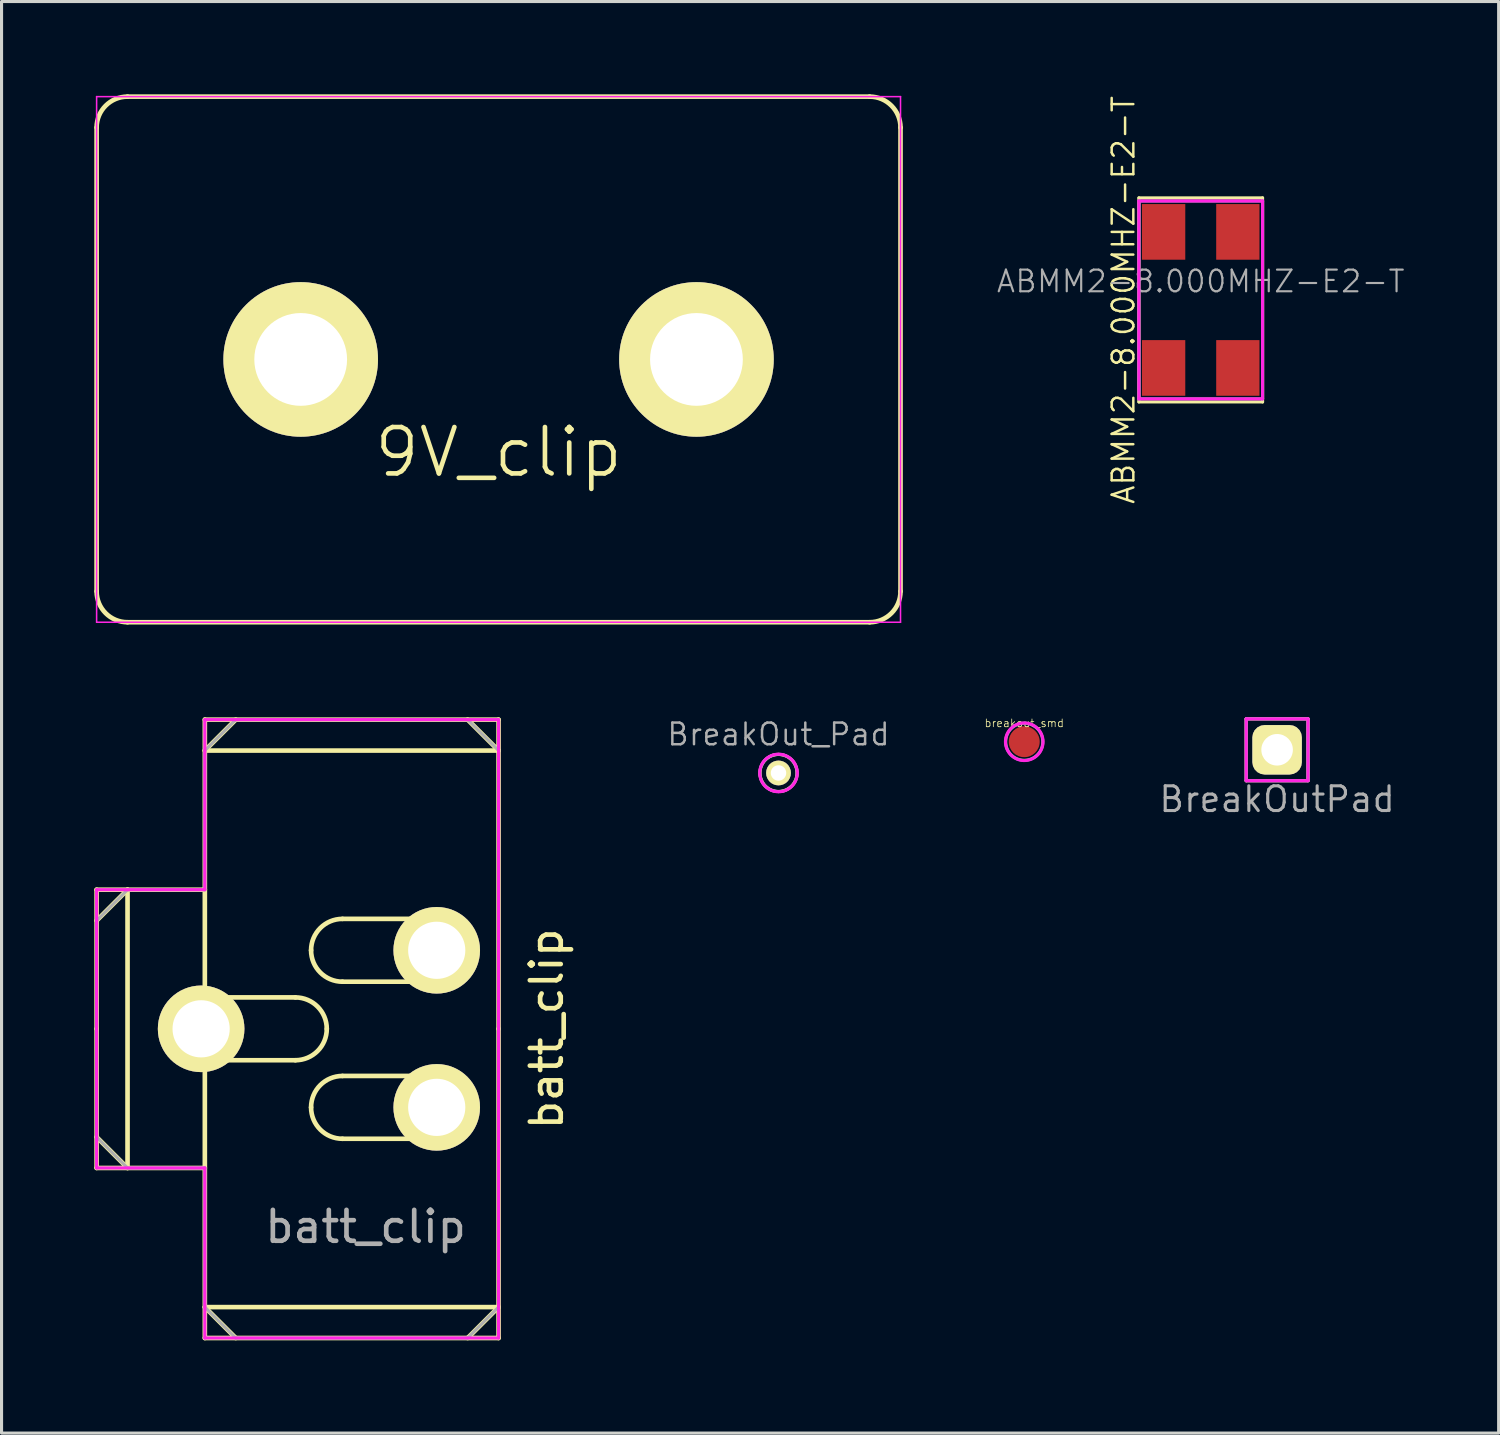
<source format=kicad_pcb>
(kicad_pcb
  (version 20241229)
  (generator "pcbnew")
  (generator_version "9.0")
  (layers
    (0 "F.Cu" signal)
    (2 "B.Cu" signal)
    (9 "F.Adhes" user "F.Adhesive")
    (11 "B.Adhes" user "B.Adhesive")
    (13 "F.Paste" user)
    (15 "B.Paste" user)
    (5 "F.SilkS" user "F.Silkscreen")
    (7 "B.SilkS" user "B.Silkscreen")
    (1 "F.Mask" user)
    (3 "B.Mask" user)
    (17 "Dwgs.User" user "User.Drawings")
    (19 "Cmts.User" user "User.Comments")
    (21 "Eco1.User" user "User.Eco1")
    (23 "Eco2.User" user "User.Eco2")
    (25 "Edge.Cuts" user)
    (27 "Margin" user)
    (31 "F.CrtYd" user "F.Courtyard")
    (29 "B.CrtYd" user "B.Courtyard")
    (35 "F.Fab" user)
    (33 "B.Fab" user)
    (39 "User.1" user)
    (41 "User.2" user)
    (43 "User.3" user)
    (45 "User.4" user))
  (footprint "BreakOut_Pad"
    (layer "F.Cu")
    (at 22.129 21.95)
    (property "Reference" "BreakOut_Pad" (at 0 -1.25 0) (layer "F.Fab") (effects (font (size 0.7 0.7) (thickness 0.08))))
    (attr through_hole)
    (fp_circle (center 0 0) (end 0.6 0) (stroke (width 0.1) (type solid)) (fill no) (layer "F.SilkS"))
    (fp_circle (center 0 0) (end 0.6 -0.1) (stroke (width 0.1) (type solid)) (fill no) (layer "F.CrtYd"))
    (fp_circle (center 0 0) (end 0.6 0) (stroke (width 0.1) (type solid)) (fill no) (layer "F.Fab"))
    (pad "1" thru_hole circle (at 0 0) (size 0.8 0.8) (drill 0.5) (layers "*.Cu" "*.Mask" "F.SilkS")))
  (footprint "9V_clip"
    (layer "F.Cu")
    (at 13.075 8.575)
    (property "Reference" "9V_clip" (at 0 3 0) (layer "F.SilkS") (effects (font (size 1.5 1.5) (thickness 0.15))))
    (attr through_hole)
    (fp_line (start -13 -7.5) (end -13 7.5) (stroke (width 0.15) (type solid)) (layer "F.SilkS"))
    (fp_line (start -12 8.5) (end 12 8.5) (stroke (width 0.15) (type solid)) (layer "F.SilkS"))
    (fp_line (start 12 -8.5) (end -12 -8.5) (stroke (width 0.15) (type solid)) (layer "F.SilkS"))
    (fp_line (start 13 7.5) (end 13 -7.5) (stroke (width 0.15) (type solid)) (layer "F.SilkS"))
    (fp_arc (start -13 -7.5) (mid -12.707107 -8.207107) (end -12 -8.5) (stroke (width 0.15) (type solid)) (layer "F.SilkS"))
    (fp_arc (start -12 8.5) (mid -12.707107 8.207107) (end -13 7.5) (stroke (width 0.15) (type solid)) (layer "F.SilkS"))
    (fp_arc (start 12 -8.5) (mid 12.707107 -8.207107) (end 13 -7.5) (stroke (width 0.15) (type solid)) (layer "F.SilkS"))
    (fp_arc (start 13 7.5) (mid 12.707107 8.207107) (end 12 8.5) (stroke (width 0.15) (type solid)) (layer "F.SilkS"))
    (fp_line (start -13 -8.5) (end 13 -8.5) (stroke (width 0.05) (type solid)) (layer "F.CrtYd"))
    (fp_line (start -13 8.5) (end -13 -8.5) (stroke (width 0.05) (type solid)) (layer "F.CrtYd"))
    (fp_line (start 13 -8.5) (end 13 8.5) (stroke (width 0.05) (type solid)) (layer "F.CrtYd"))
    (fp_line (start 13 8.5) (end -13 8.5) (stroke (width 0.05) (type solid)) (layer "F.CrtYd"))
    (pad "1" thru_hole circle (at 6.4 0) (size 5 5) (drill 3) (layers "*.Cu" "*.Mask" "F.SilkS"))
    (pad "2" thru_hole circle (at -6.4 0) (size 5 5) (drill 3) (layers "*.Cu" "*.Mask" "F.SilkS")))
  (footprint "batt_clip"
    (layer "F.Cu")
    (at 11.075 30.225)
    (property "Reference" "batt_clip" (at 3.556 0 270) (layer "F.SilkS") (effects (font (size 1 1) (thickness 0.15))))
    (attr through_hole)
    (fp_line (start -11 -4.5) (end -11 0) (stroke (width 0.15) (type solid)) (layer "F.SilkS"))
    (fp_line (start -11 0) (end -11 4.5) (stroke (width 0.15) (type solid)) (layer "F.SilkS"))
    (fp_line (start -11 4.5) (end -7.5 4.5) (stroke (width 0.15) (type solid)) (layer "F.SilkS"))
    (fp_line (start -10 -4.5) (end -11 -3.5) (stroke (width 0.15) (type solid)) (layer "F.SilkS"))
    (fp_line (start -10 4.5) (end -11 3.5) (stroke (width 0.15) (type solid)) (layer "F.SilkS"))
    (fp_line (start -10 4.5) (end -10 -4.5) (stroke (width 0.15) (type solid)) (layer "F.SilkS"))
    (fp_line (start -7.5 -10) (end 2 -10) (stroke (width 0.15) (type solid)) (layer "F.SilkS"))
    (fp_line (start -7.5 -9) (end -6.5 -10) (stroke (width 0.15) (type solid)) (layer "F.SilkS"))
    (fp_line (start -7.5 -4.5) (end -11 -4.5) (stroke (width 0.15) (type solid)) (layer "F.SilkS"))
    (fp_line (start -7.5 -1) (end -7.5 -10) (stroke (width 0.15) (type solid)) (layer "F.SilkS"))
    (fp_line (start -7.5 9) (end -6.5 10) (stroke (width 0.15) (type solid)) (layer "F.SilkS"))
    (fp_line (start -7.5 9) (end 2 9) (stroke (width 0.15) (type solid)) (layer "F.SilkS"))
    (fp_line (start -7.5 10) (end -7.5 1) (stroke (width 0.15) (type solid)) (layer "F.SilkS"))
    (fp_line (start -4.572 -1.016) (end -7.366 -1.016) (stroke (width 0.15) (type solid)) (layer "F.SilkS"))
    (fp_line (start -4.572 1.016) (end -7.366 1.016) (stroke (width 0.15) (type solid)) (layer "F.SilkS"))
    (fp_line (start -3.048 -3.556) (end 0 -3.556) (stroke (width 0.15) (type solid)) (layer "F.SilkS"))
    (fp_line (start -3.048 -1.524) (end 0 -1.524) (stroke (width 0.15) (type solid)) (layer "F.SilkS"))
    (fp_line (start -3.048 1.524) (end 0 1.524) (stroke (width 0.15) (type solid)) (layer "F.SilkS"))
    (fp_line (start -3.048 3.556) (end 0 3.556) (stroke (width 0.15) (type solid)) (layer "F.SilkS"))
    (fp_line (start 2 -9) (end -7.5 -9) (stroke (width 0.15) (type solid)) (layer "F.SilkS"))
    (fp_line (start 2 -9) (end 1 -10) (stroke (width 0.15) (type solid)) (layer "F.SilkS"))
    (fp_line (start 2 0) (end 2 -10) (stroke (width 0.15) (type solid)) (layer "F.SilkS"))
    (fp_line (start 2 9) (end 1 10) (stroke (width 0.15) (type solid)) (layer "F.SilkS"))
    (fp_line (start 2 10) (end -7.5 10) (stroke (width 0.15) (type solid)) (layer "F.SilkS"))
    (fp_line (start 2 10) (end 2 0) (stroke (width 0.15) (type solid)) (layer "F.SilkS"))
    (fp_arc (start -4.572 -1.016) (mid -3.85358 -0.71842) (end -3.556 0) (stroke (width 0.15) (type solid)) (layer "F.SilkS"))
    (fp_arc (start -4.064 -2.54) (mid -3.76642 -3.25842) (end -3.048 -3.556) (stroke (width 0.15) (type solid)) (layer "F.SilkS"))
    (fp_arc (start -4.064 2.54) (mid -3.76642 1.82158) (end -3.048 1.524) (stroke (width 0.15) (type solid)) (layer "F.SilkS"))
    (fp_arc (start -3.556 0) (mid -3.85358 0.71842) (end -4.572 1.016) (stroke (width 0.15) (type solid)) (layer "F.SilkS"))
    (fp_arc (start -3.048 -1.524) (mid -3.76642 -1.82158) (end -4.064 -2.54) (stroke (width 0.15) (type solid)) (layer "F.SilkS"))
    (fp_arc (start -3.048 3.556) (mid -3.76642 3.25842) (end -4.064 2.54) (stroke (width 0.15) (type solid)) (layer "F.SilkS"))
    (fp_line (start -11 -4.5) (end -7.5 -4.5) (stroke (width 0.1) (type solid)) (layer "F.CrtYd"))
    (fp_line (start -11 4.5) (end -11 -4.5) (stroke (width 0.1) (type solid)) (layer "F.CrtYd"))
    (fp_line (start -7.5 -10) (end 2 -10) (stroke (width 0.1) (type solid)) (layer "F.CrtYd"))
    (fp_line (start -7.5 -4.5) (end -7.5 -10) (stroke (width 0.1) (type solid)) (layer "F.CrtYd"))
    (fp_line (start -7.5 4.5) (end -11 4.5) (stroke (width 0.1) (type solid)) (layer "F.CrtYd"))
    (fp_line (start -7.5 10) (end -7.5 4.5) (stroke (width 0.1) (type solid)) (layer "F.CrtYd"))
    (fp_line (start 2 -10) (end 2 10) (stroke (width 0.1) (type solid)) (layer "F.CrtYd"))
    (fp_line (start 2 10) (end -7.5 10) (stroke (width 0.1) (type solid)) (layer "F.CrtYd"))
    (fp_line (start -11 -3.5) (end -10 -4.5) (stroke (width 0.1) (type solid)) (layer "F.Fab"))
    (fp_line (start -11 3.5) (end -11 -3.5) (stroke (width 0.1) (type solid)) (layer "F.Fab"))
    (fp_line (start -11 3.5) (end -10 4.5) (stroke (width 0.1) (type solid)) (layer "F.Fab"))
    (fp_line (start -10 -4.5) (end -7.5 -4.5) (stroke (width 0.1) (type solid)) (layer "F.Fab"))
    (fp_line (start -7.5 -9) (end -6.5 -10) (stroke (width 0.1) (type solid)) (layer "F.Fab"))
    (fp_line (start -7.5 -4.5) (end -7.5 -9) (stroke (width 0.1) (type solid)) (layer "F.Fab"))
    (fp_line (start -7.5 4.5) (end -10 4.5) (stroke (width 0.1) (type solid)) (layer "F.Fab"))
    (fp_line (start -7.5 9) (end -7.5 4.5) (stroke (width 0.1) (type solid)) (layer "F.Fab"))
    (fp_line (start -6.5 -10) (end 1 -10) (stroke (width 0.1) (type solid)) (layer "F.Fab"))
    (fp_line (start -6.5 10) (end -7.5 9) (stroke (width 0.1) (type solid)) (layer "F.Fab"))
    (fp_line (start 1 -10) (end 2 -9) (stroke (width 0.1) (type solid)) (layer "F.Fab"))
    (fp_line (start 1 10) (end -6.5 10) (stroke (width 0.1) (type solid)) (layer "F.Fab"))
    (fp_line (start 2 -9) (end 2 9) (stroke (width 0.1) (type solid)) (layer "F.Fab"))
    (fp_line (start 2 9) (end 1 10) (stroke (width 0.1) (type solid)) (layer "F.Fab"))
    (fp_text user "${REFERENCE}" (at -2.3 6.4 0) (layer "F.Fab") (effects (font (size 1 1) (thickness 0.15))))
    (pad "1" thru_hole circle (at -7.62 0) (size 2.8 2.8) (drill 1.85) (layers "*.Cu" "*.Mask" "F.SilkS"))
    (pad "1" thru_hole circle (at 0 -2.54) (size 2.8 2.8) (drill 1.85) (layers "*.Cu" "*.Mask" "F.SilkS"))
    (pad "1" thru_hole circle (at 0 2.54) (size 2.8 2.8) (drill 1.85) (layers "*.Cu" "*.Mask" "F.SilkS")))
  (footprint "ABMM2-8.000MHZ-E2-T"
    (layer "F.Cu")
    (at 35.785 6.65)
    (property "Reference" "ABMM2-8.000MHZ-E2-T" (at -2.5 0 90) (layer "F.SilkS") (effects (font (size 0.7 0.7) (thickness 0.08))))
    (attr smd)
    (fp_line (start -2 -3.3) (end -2 3.3) (stroke (width 0.1) (type solid)) (layer "F.SilkS"))
    (fp_line (start -2 3.3) (end 2 3.3) (stroke (width 0.1) (type solid)) (layer "F.SilkS"))
    (fp_line (start 2 -3.3) (end -2 -3.3) (stroke (width 0.1) (type solid)) (layer "F.SilkS"))
    (fp_line (start 2 3.3) (end 2 -3.3) (stroke (width 0.1) (type solid)) (layer "F.SilkS"))
    (fp_line (start -2 -3.2) (end -2 3.2) (stroke (width 0.1) (type solid)) (layer "F.CrtYd"))
    (fp_line (start -2 3.2) (end 2 3.2) (stroke (width 0.1) (type solid)) (layer "F.CrtYd"))
    (fp_line (start 2 -3.2) (end -2 -3.2) (stroke (width 0.1) (type solid)) (layer "F.CrtYd"))
    (fp_line (start 2 3.2) (end 2 -3.2) (stroke (width 0.1) (type solid)) (layer "F.CrtYd"))
    (fp_line (start -2 -3.2) (end 2 -3.2) (stroke (width 0.1) (type solid)) (layer "F.Fab"))
    (fp_line (start -2 3.2) (end -2 -3.2) (stroke (width 0.1) (type solid)) (layer "F.Fab"))
    (fp_line (start 2 -3.2) (end 2 3.2) (stroke (width 0.1) (type solid)) (layer "F.Fab"))
    (fp_line (start 2 3.2) (end -2 3.2) (stroke (width 0.1) (type solid)) (layer "F.Fab"))
    (fp_text user "${REFERENCE}" (at 0 -0.6 0) (layer "F.Fab") (effects (font (size 0.7 0.7) (thickness 0.07))))
    (pad "1" smd rect (at -1.2 -2.2) (size 1.4 1.8) (layers "F.Cu" "F.Mask" "F.Paste"))
    (pad "2" smd rect (at -1.2 2.2) (size 1.4 1.8) (layers "F.Cu" "F.Mask" "F.Paste"))
    (pad "3" smd rect (at 1.2 2.2) (size 1.4 1.8) (layers "F.Cu" "F.Mask" "F.Paste"))
    (pad "4" smd rect (at 1.2 -2.2) (size 1.4 1.8) (layers "F.Cu" "F.Mask" "F.Paste")))
  (footprint "BreakOutPad"
    (layer "F.Cu")
    (at 38.255 21.2)
    (property "Reference" "BreakOutPad" (at 0 1.6 0) (layer "F.Fab") (effects (font (size 0.8 0.8) (thickness 0.1))))
    (attr through_hole)
    (fp_line (start -1 -1) (end 1 -1) (stroke (width 0.1) (type solid)) (layer "F.SilkS"))
    (fp_line (start -1 1) (end -1 -1) (stroke (width 0.1) (type solid)) (layer "F.SilkS"))
    (fp_line (start 1 -1) (end 1 1) (stroke (width 0.1) (type solid)) (layer "F.SilkS"))
    (fp_line (start 1 1) (end -1 1) (stroke (width 0.1) (type solid)) (layer "F.SilkS"))
    (fp_line (start -1 -1) (end 1 -1) (stroke (width 0.1) (type solid)) (layer "F.CrtYd"))
    (fp_line (start -1 1) (end -1 -1) (stroke (width 0.1) (type solid)) (layer "F.CrtYd"))
    (fp_line (start 1 -1) (end 1 1) (stroke (width 0.1) (type solid)) (layer "F.CrtYd"))
    (fp_line (start 1 1) (end -1 1) (stroke (width 0.1) (type solid)) (layer "F.CrtYd"))
    (fp_line (start -1 -1) (end 1 -1) (stroke (width 0.1) (type solid)) (layer "F.Fab"))
    (fp_line (start -1 1) (end -1 -1) (stroke (width 0.1) (type solid)) (layer "F.Fab"))
    (fp_line (start 1 -1) (end 1 1) (stroke (width 0.1) (type solid)) (layer "F.Fab"))
    (fp_line (start 1 1) (end -1 1) (stroke (width 0.1) (type solid)) (layer "F.Fab"))
    (pad "1" thru_hole roundrect (at 0 0) (size 1.6 1.6) (drill 1.02) (layers "*.Cu" "*.Mask" "F.SilkS") (roundrect_rratio 0.25)))
  (footprint "breakout_smd"
    (layer "F.Cu")
    (at 30.077 20.94)
    (property "Reference" "breakout_smd" (at 0 -0.6 0) (layer "F.SilkS") (effects (font (size 0.25 0.25) (thickness 0.025))))
    (attr smd)
    (fp_circle (center 0 0) (end 0.6 -0.1) (stroke (width 0.1) (type solid)) (fill no) (layer "F.CrtYd"))
    (fp_circle (center 0 0) (end 0.6 0) (stroke (width 0.1) (type solid)) (fill no) (layer "F.Fab"))
    (pad "1" smd circle (at 0 0) (size 1 1) (layers "F.Cu" "F.Mask" "F.Paste")))
  (gr_rect
    (start -3 -3)
    (end 45.42 43.3)
    (stroke (width 0.1) (type default))
    (fill no)
    (layer "Edge.Cuts")))
</source>
